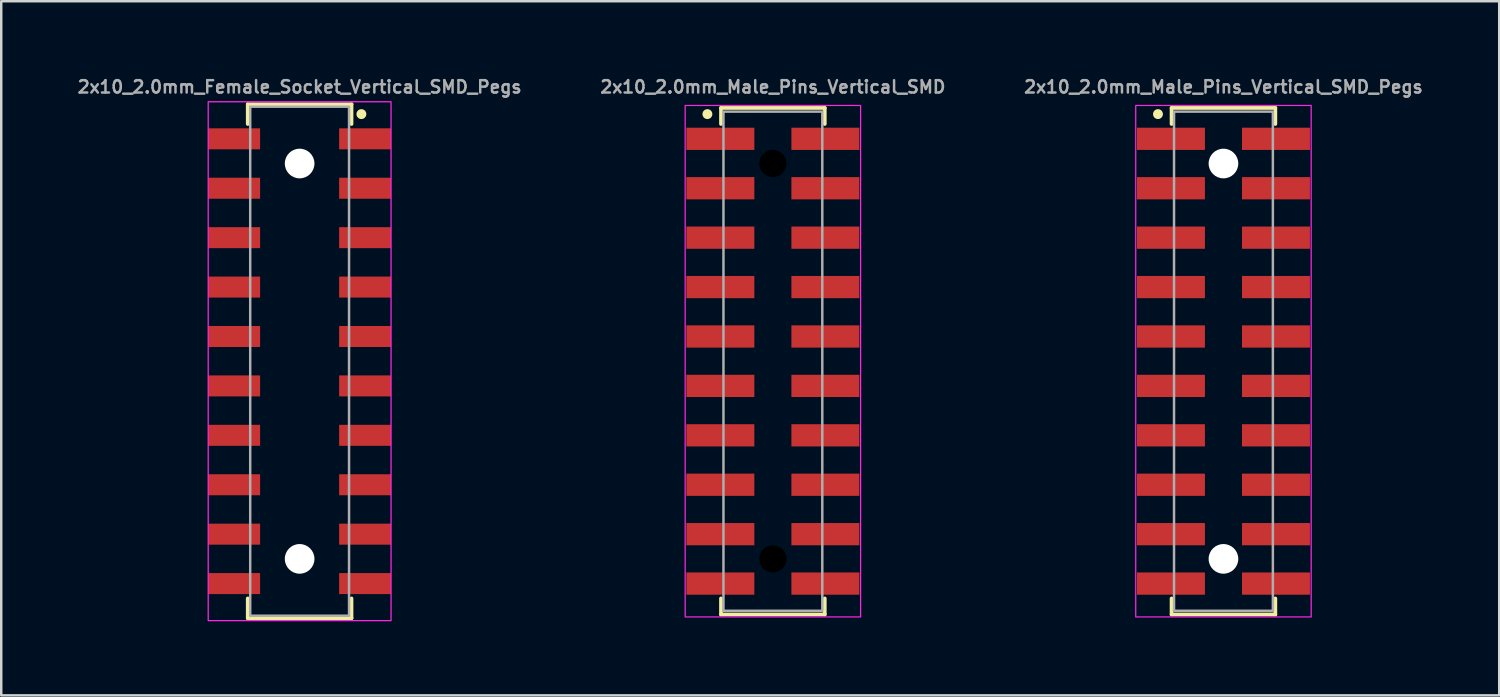
<source format=kicad_pcb>
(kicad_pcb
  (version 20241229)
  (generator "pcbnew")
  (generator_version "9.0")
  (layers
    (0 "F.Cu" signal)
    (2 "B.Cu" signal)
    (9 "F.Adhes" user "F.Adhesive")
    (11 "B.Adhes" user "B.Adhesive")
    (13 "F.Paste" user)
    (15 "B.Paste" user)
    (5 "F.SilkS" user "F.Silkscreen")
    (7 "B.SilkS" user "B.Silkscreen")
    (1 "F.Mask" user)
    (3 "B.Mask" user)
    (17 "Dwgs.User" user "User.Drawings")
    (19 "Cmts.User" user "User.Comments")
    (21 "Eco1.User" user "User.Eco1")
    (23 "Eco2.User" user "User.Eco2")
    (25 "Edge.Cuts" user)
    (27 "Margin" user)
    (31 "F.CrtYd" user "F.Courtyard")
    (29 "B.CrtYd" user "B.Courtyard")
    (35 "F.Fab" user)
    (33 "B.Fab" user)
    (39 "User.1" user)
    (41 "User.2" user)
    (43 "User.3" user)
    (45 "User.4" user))
  (footprint "2x10_2.0mm_Male_Pins_Vertical_SMD"
    (layer "F.Cu")
    (at 28.229 11.568)
    (property "Reference" "2x10_2.0mm_Male_Pins_Vertical_SMD" (at 0 -11.1 0) (unlocked yes) (layer "F.Fab") (effects (font (size 0.5 0.5) (thickness 0.1))))
    (attr smd)
    (fp_line (start -2.1 -10.25) (end 2.1 -10.25) (stroke (width 0.15) (type default)) (layer "F.SilkS"))
    (fp_line (start -2.1 -9.6) (end -2.1 -10.25) (stroke (width 0.15) (type default)) (layer "F.SilkS"))
    (fp_line (start -2.1 10.25) (end -2.1 9.6) (stroke (width 0.15) (type default)) (layer "F.SilkS"))
    (fp_line (start 2.1 -10.25) (end 2.1 -9.6) (stroke (width 0.15) (type default)) (layer "F.SilkS"))
    (fp_line (start 2.1 9.6) (end 2.1 10.25) (stroke (width 0.15) (type default)) (layer "F.SilkS"))
    (fp_line (start 2.1 10.25) (end -2.1 10.25) (stroke (width 0.15) (type default)) (layer "F.SilkS"))
    (fp_circle (center -2.65 -10) (end -2.55 -10) (stroke (width 0.2) (type solid)) (fill yes) (layer "F.SilkS"))
    (fp_rect (start -3.55 -10.35) (end 3.55 10.35) (stroke (width 0.05) (type default)) (fill no) (layer "F.CrtYd"))
    (fp_rect (start -2 -10.1) (end 2 10.1) (stroke (width 0.1) (type default)) (fill no) (layer "F.Fab"))
    (pad "" np_thru_hole circle (at 0 -8) (size 1.1 1.1) (drill 1.1) (layers "*.Mask"))
    (pad "" np_thru_hole circle (at 0 8) (size 1.1 1.1) (drill 1.1) (layers "*.Mask"))
    (pad "1" smd rect (at -2.125 -9) (size 2.75 0.9) (layers "F.Cu" "F.Mask" "F.Paste"))
    (pad "2" smd rect (at 2.125 -9) (size 2.75 0.9) (layers "F.Cu" "F.Mask" "F.Paste"))
    (pad "3" smd rect (at -2.125 -7) (size 2.75 0.9) (layers "F.Cu" "F.Mask" "F.Paste"))
    (pad "4" smd rect (at 2.125 -7) (size 2.75 0.9) (layers "F.Cu" "F.Mask" "F.Paste"))
    (pad "5" smd rect (at -2.125 -5) (size 2.75 0.9) (layers "F.Cu" "F.Mask" "F.Paste"))
    (pad "6" smd rect (at 2.125 -5) (size 2.75 0.9) (layers "F.Cu" "F.Mask" "F.Paste"))
    (pad "7" smd rect (at -2.125 -3) (size 2.75 0.9) (layers "F.Cu" "F.Mask" "F.Paste"))
    (pad "8" smd rect (at 2.125 -3) (size 2.75 0.9) (layers "F.Cu" "F.Mask" "F.Paste"))
    (pad "9" smd rect (at -2.125 -1) (size 2.75 0.9) (layers "F.Cu" "F.Mask" "F.Paste"))
    (pad "10" smd rect (at 2.125 -1) (size 2.75 0.9) (layers "F.Cu" "F.Mask" "F.Paste"))
    (pad "11" smd rect (at -2.125 1) (size 2.75 0.9) (layers "F.Cu" "F.Mask" "F.Paste"))
    (pad "12" smd rect (at 2.125 1) (size 2.75 0.9) (layers "F.Cu" "F.Mask" "F.Paste"))
    (pad "13" smd rect (at -2.125 3) (size 2.75 0.9) (layers "F.Cu" "F.Mask" "F.Paste"))
    (pad "14" smd rect (at 2.125 3) (size 2.75 0.9) (layers "F.Cu" "F.Mask" "F.Paste"))
    (pad "15" smd rect (at -2.125 5) (size 2.75 0.9) (layers "F.Cu" "F.Mask" "F.Paste"))
    (pad "16" smd rect (at 2.125 5) (size 2.75 0.9) (layers "F.Cu" "F.Mask" "F.Paste"))
    (pad "17" smd rect (at -2.125 7) (size 2.75 0.9) (layers "F.Cu" "F.Mask" "F.Paste"))
    (pad "18" smd rect (at 2.125 7) (size 2.75 0.9) (layers "F.Cu" "F.Mask" "F.Paste"))
    (pad "19" smd rect (at -2.125 9) (size 2.75 0.9) (layers "F.Cu" "F.Mask" "F.Paste"))
    (pad "20" smd rect (at 2.125 9) (size 2.75 0.9) (layers "F.Cu" "F.Mask" "F.Paste")))
  (footprint "2x10_2.0mm_Female_Socket_Vertical_SMD_Pegs"
    (layer "F.Cu")
    (at 9.076 11.568)
    (property "Reference" "2x10_2.0mm_Female_Socket_Vertical_SMD_Pegs" (at 0 -11.1 0) (unlocked yes) (layer "F.Fab") (effects (font (size 0.5 0.5) (thickness 0.1))))
    (attr smd)
    (fp_line (start -2.1 -10.4) (end 2.1 -10.4) (stroke (width 0.15) (type default)) (layer "F.SilkS"))
    (fp_line (start -2.1 -9.6) (end -2.1 -10.4) (stroke (width 0.15) (type default)) (layer "F.SilkS"))
    (fp_line (start -2.1 10.4) (end -2.1 9.6) (stroke (width 0.15) (type default)) (layer "F.SilkS"))
    (fp_line (start 2.1 -10.4) (end 2.1 -9.6) (stroke (width 0.15) (type default)) (layer "F.SilkS"))
    (fp_line (start 2.1 9.6) (end 2.1 10.4) (stroke (width 0.15) (type default)) (layer "F.SilkS"))
    (fp_line (start 2.1 10.4) (end -2.1 10.4) (stroke (width 0.15) (type default)) (layer "F.SilkS"))
    (fp_circle (center 2.5 -10) (end 2.6 -10) (stroke (width 0.2) (type solid)) (fill yes) (layer "F.SilkS"))
    (fp_rect (start -3.7 -10.5) (end 3.7 10.5) (stroke (width 0.05) (type default)) (fill no) (layer "F.CrtYd"))
    (fp_rect (start -2 -10.3) (end 2 10.3) (stroke (width 0.1) (type default)) (fill no) (layer "F.Fab"))
    (pad "" np_thru_hole circle (at 0 -8) (size 1.2 1.2) (drill 1.2) (layers "*.Cu" "*.Mask"))
    (pad "" np_thru_hole circle (at 0 8) (size 1.2 1.2) (drill 1.2) (layers "*.Cu" "*.Mask"))
    (pad "1" smd rect (at 2.65 -9) (size 2.1 0.85) (layers "F.Cu" "F.Mask" "F.Paste"))
    (pad "2" smd rect (at -2.65 -9) (size 2.1 0.85) (layers "F.Cu" "F.Mask" "F.Paste"))
    (pad "3" smd rect (at 2.65 -7) (size 2.1 0.85) (layers "F.Cu" "F.Mask" "F.Paste"))
    (pad "4" smd rect (at -2.65 -7) (size 2.1 0.85) (layers "F.Cu" "F.Mask" "F.Paste"))
    (pad "5" smd rect (at 2.65 -5) (size 2.1 0.85) (layers "F.Cu" "F.Mask" "F.Paste"))
    (pad "6" smd rect (at -2.65 -5) (size 2.1 0.85) (layers "F.Cu" "F.Mask" "F.Paste"))
    (pad "7" smd rect (at 2.65 -3) (size 2.1 0.85) (layers "F.Cu" "F.Mask" "F.Paste"))
    (pad "8" smd rect (at -2.65 -3) (size 2.1 0.85) (layers "F.Cu" "F.Mask" "F.Paste"))
    (pad "9" smd rect (at 2.65 -1) (size 2.1 0.85) (layers "F.Cu" "F.Mask" "F.Paste"))
    (pad "10" smd rect (at -2.65 -1) (size 2.1 0.85) (layers "F.Cu" "F.Mask" "F.Paste"))
    (pad "11" smd rect (at 2.65 1) (size 2.1 0.85) (layers "F.Cu" "F.Mask" "F.Paste"))
    (pad "12" smd rect (at -2.65 1) (size 2.1 0.85) (layers "F.Cu" "F.Mask" "F.Paste"))
    (pad "13" smd rect (at 2.65 3) (size 2.1 0.85) (layers "F.Cu" "F.Mask" "F.Paste"))
    (pad "14" smd rect (at -2.65 3) (size 2.1 0.85) (layers "F.Cu" "F.Mask" "F.Paste"))
    (pad "15" smd rect (at 2.65 5) (size 2.1 0.85) (layers "F.Cu" "F.Mask" "F.Paste"))
    (pad "16" smd rect (at -2.65 5) (size 2.1 0.85) (layers "F.Cu" "F.Mask" "F.Paste"))
    (pad "17" smd rect (at 2.65 7) (size 2.1 0.85) (layers "F.Cu" "F.Mask" "F.Paste"))
    (pad "18" smd rect (at -2.65 7) (size 2.1 0.85) (layers "F.Cu" "F.Mask" "F.Paste"))
    (pad "19" smd rect (at 2.65 9) (size 2.1 0.85) (layers "F.Cu" "F.Mask" "F.Paste"))
    (pad "20" smd rect (at -2.65 9) (size 2.1 0.85) (layers "F.Cu" "F.Mask" "F.Paste")))
  (footprint "2x10_2.0mm_Male_Pins_Vertical_SMD_Pegs"
    (layer "F.Cu")
    (at 46.464 11.568)
    (property "Reference" "2x10_2.0mm_Male_Pins_Vertical_SMD_Pegs" (at 0 -11.1 0) (unlocked yes) (layer "F.Fab") (effects (font (size 0.5 0.5) (thickness 0.1))))
    (attr smd)
    (fp_line (start -2.1 -10.25) (end 2.1 -10.25) (stroke (width 0.15) (type default)) (layer "F.SilkS"))
    (fp_line (start -2.1 -9.6) (end -2.1 -10.25) (stroke (width 0.15) (type default)) (layer "F.SilkS"))
    (fp_line (start -2.1 10.25) (end -2.1 9.6) (stroke (width 0.15) (type default)) (layer "F.SilkS"))
    (fp_line (start 2.1 -10.25) (end 2.1 -9.6) (stroke (width 0.15) (type default)) (layer "F.SilkS"))
    (fp_line (start 2.1 9.6) (end 2.1 10.25) (stroke (width 0.15) (type default)) (layer "F.SilkS"))
    (fp_line (start 2.1 10.25) (end -2.1 10.25) (stroke (width 0.15) (type default)) (layer "F.SilkS"))
    (fp_circle (center -2.65 -10) (end -2.55 -10) (stroke (width 0.2) (type solid)) (fill yes) (layer "F.SilkS"))
    (fp_rect (start -3.55 -10.35) (end 3.55 10.35) (stroke (width 0.05) (type default)) (fill no) (layer "F.CrtYd"))
    (fp_rect (start -2 -10.1) (end 2 10.1) (stroke (width 0.1) (type default)) (fill no) (layer "F.Fab"))
    (pad "" np_thru_hole circle (at 0 -8) (size 1.2 1.2) (drill 1.2) (layers "*.Cu" "*.Mask"))
    (pad "" np_thru_hole circle (at 0 8) (size 1.2 1.2) (drill 1.2) (layers "*.Cu" "*.Mask"))
    (pad "1" smd rect (at -2.125 -9) (size 2.75 0.9) (layers "F.Cu" "F.Mask" "F.Paste"))
    (pad "2" smd rect (at 2.125 -9) (size 2.75 0.9) (layers "F.Cu" "F.Mask" "F.Paste"))
    (pad "3" smd rect (at -2.125 -7) (size 2.75 0.9) (layers "F.Cu" "F.Mask" "F.Paste"))
    (pad "4" smd rect (at 2.125 -7) (size 2.75 0.9) (layers "F.Cu" "F.Mask" "F.Paste"))
    (pad "5" smd rect (at -2.125 -5) (size 2.75 0.9) (layers "F.Cu" "F.Mask" "F.Paste"))
    (pad "6" smd rect (at 2.125 -5) (size 2.75 0.9) (layers "F.Cu" "F.Mask" "F.Paste"))
    (pad "7" smd rect (at -2.125 -3) (size 2.75 0.9) (layers "F.Cu" "F.Mask" "F.Paste"))
    (pad "8" smd rect (at 2.125 -3) (size 2.75 0.9) (layers "F.Cu" "F.Mask" "F.Paste"))
    (pad "9" smd rect (at -2.125 -1) (size 2.75 0.9) (layers "F.Cu" "F.Mask" "F.Paste"))
    (pad "10" smd rect (at 2.125 -1) (size 2.75 0.9) (layers "F.Cu" "F.Mask" "F.Paste"))
    (pad "11" smd rect (at -2.125 1) (size 2.75 0.9) (layers "F.Cu" "F.Mask" "F.Paste"))
    (pad "12" smd rect (at 2.125 1) (size 2.75 0.9) (layers "F.Cu" "F.Mask" "F.Paste"))
    (pad "13" smd rect (at -2.125 3) (size 2.75 0.9) (layers "F.Cu" "F.Mask" "F.Paste"))
    (pad "14" smd rect (at 2.125 3) (size 2.75 0.9) (layers "F.Cu" "F.Mask" "F.Paste"))
    (pad "15" smd rect (at -2.125 5) (size 2.75 0.9) (layers "F.Cu" "F.Mask" "F.Paste"))
    (pad "16" smd rect (at 2.125 5) (size 2.75 0.9) (layers "F.Cu" "F.Mask" "F.Paste"))
    (pad "17" smd rect (at -2.125 7) (size 2.75 0.9) (layers "F.Cu" "F.Mask" "F.Paste"))
    (pad "18" smd rect (at 2.125 7) (size 2.75 0.9) (layers "F.Cu" "F.Mask" "F.Paste"))
    (pad "19" smd rect (at -2.125 9) (size 2.75 0.9) (layers "F.Cu" "F.Mask" "F.Paste"))
    (pad "20" smd rect (at 2.125 9) (size 2.75 0.9) (layers "F.Cu" "F.Mask" "F.Paste")))
  (gr_rect
    (start -3 -3)
    (end 57.624 25.093)
    (stroke (width 0.1) (type default))
    (fill no)
    (layer "Edge.Cuts")))
</source>
